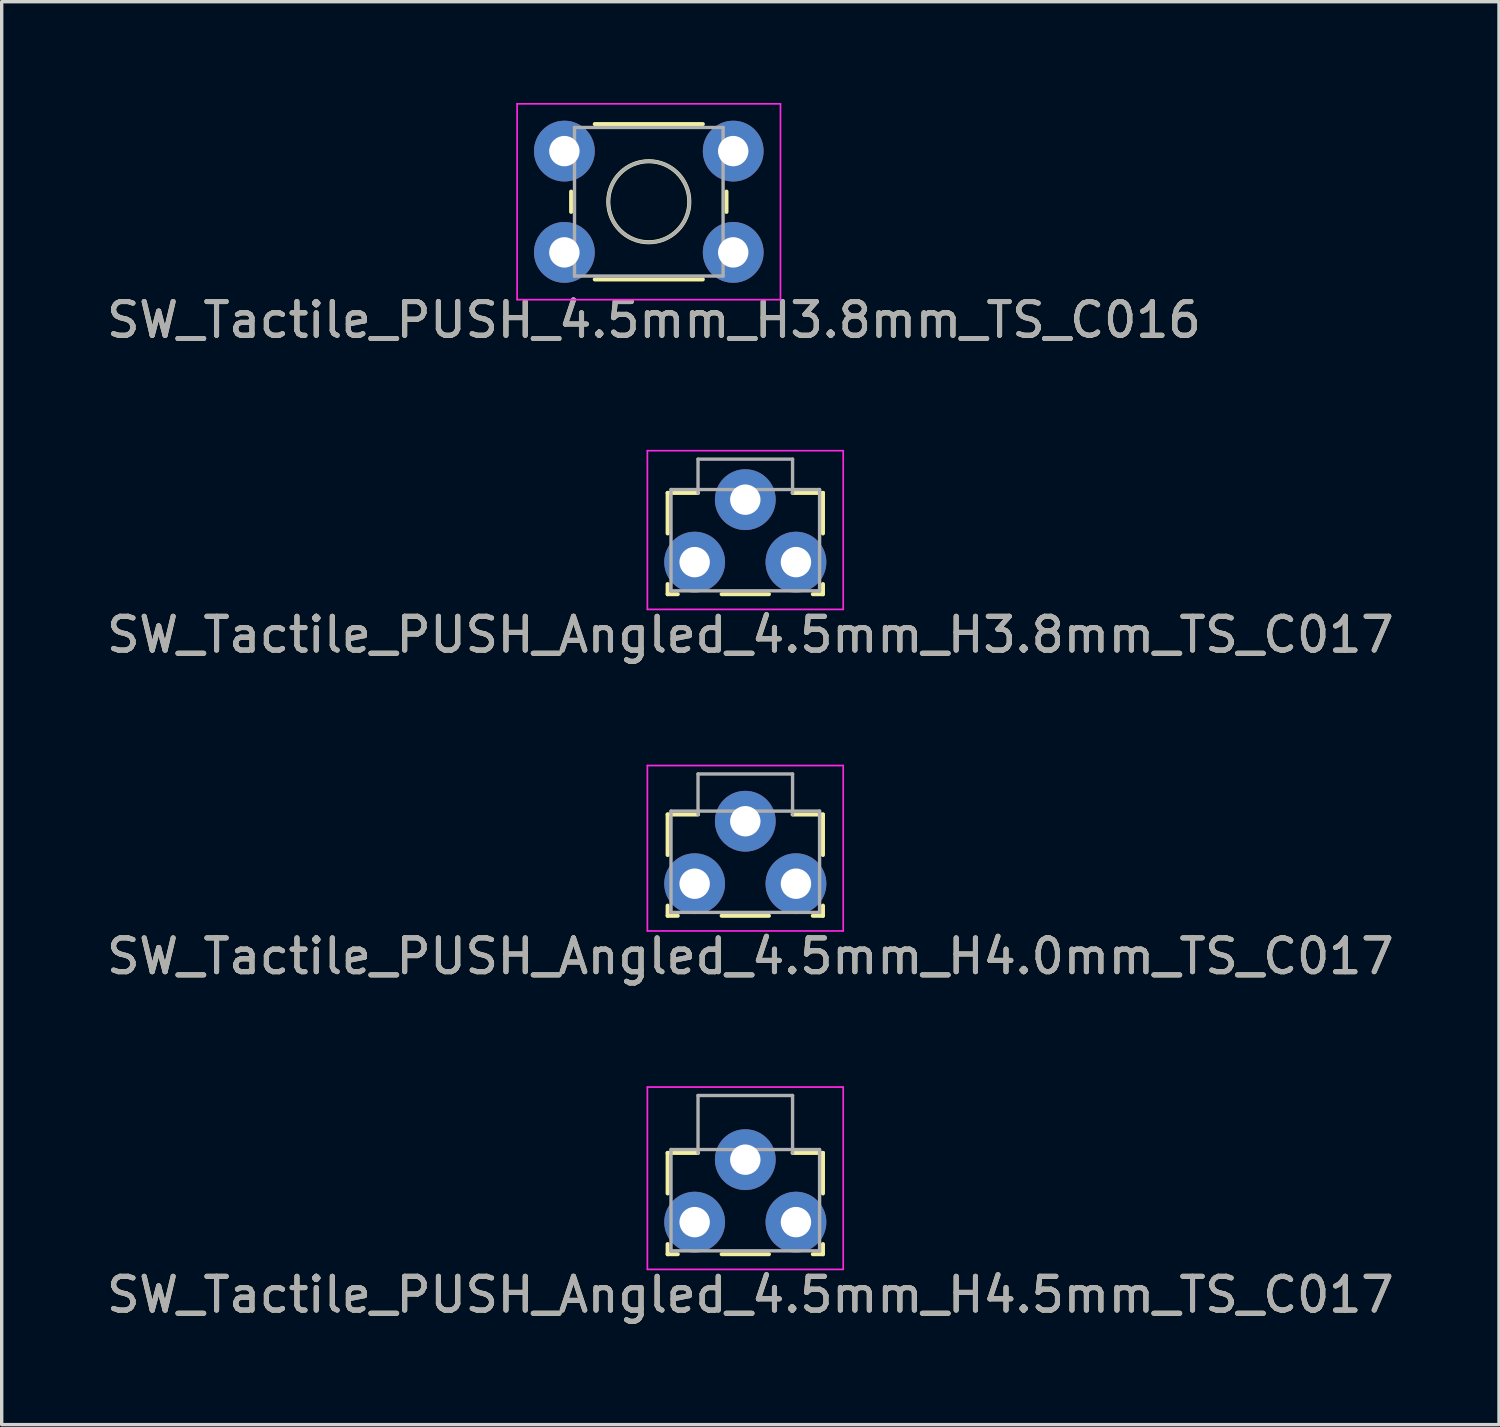
<source format=kicad_pcb>
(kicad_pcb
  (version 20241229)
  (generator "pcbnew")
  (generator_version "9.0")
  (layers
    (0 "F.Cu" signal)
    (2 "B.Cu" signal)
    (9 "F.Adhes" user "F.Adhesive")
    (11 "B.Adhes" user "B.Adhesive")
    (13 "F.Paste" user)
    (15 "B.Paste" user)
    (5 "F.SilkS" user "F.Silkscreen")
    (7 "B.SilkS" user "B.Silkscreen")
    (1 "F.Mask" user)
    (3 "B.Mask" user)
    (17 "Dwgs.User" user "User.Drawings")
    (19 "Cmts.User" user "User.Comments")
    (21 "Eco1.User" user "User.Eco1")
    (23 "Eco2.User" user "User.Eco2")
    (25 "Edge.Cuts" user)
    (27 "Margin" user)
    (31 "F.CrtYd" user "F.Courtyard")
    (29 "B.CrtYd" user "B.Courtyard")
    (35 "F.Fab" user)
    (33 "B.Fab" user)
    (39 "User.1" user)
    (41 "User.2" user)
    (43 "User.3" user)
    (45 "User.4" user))
  (footprint "SW_Tactile_PUSH_Angled_4.5mm_H4.5mm_TS_C017"
    (layer "F.Cu")
    (at 17.523 33.145)
    (property "Reference" "SW_Tactile_PUSH_Angled_4.5mm_H4.5mm_TS_C017" (at 1.65 2.15 0) (layer "F.SilkS") (effects (font (size 1 1) (thickness 0.15))))
    (attr through_hole)
    (fp_line (start -0.8 -2.05) (end -0.8 -0.85) (stroke (width 0.12) (type solid)) (layer "F.SilkS"))
    (fp_line (start -0.8 -2.05) (end 0.1 -2.05) (stroke (width 0.12) (type solid)) (layer "F.SilkS"))
    (fp_line (start -0.8 0.95) (end -0.8 0.65) (stroke (width 0.12) (type solid)) (layer "F.SilkS"))
    (fp_line (start -0.8 0.95) (end -0.5 0.95) (stroke (width 0.12) (type solid)) (layer "F.SilkS"))
    (fp_line (start 0.8 0.95) (end 2.2 0.95) (stroke (width 0.12) (type solid)) (layer "F.SilkS"))
    (fp_line (start 3.8 -2.05) (end 2.9 -2.05) (stroke (width 0.12) (type solid)) (layer "F.SilkS"))
    (fp_line (start 3.8 -2.05) (end 3.8 -0.85) (stroke (width 0.12) (type solid)) (layer "F.SilkS"))
    (fp_line (start 3.8 0.95) (end 3.5 0.95) (stroke (width 0.12) (type solid)) (layer "F.SilkS"))
    (fp_line (start 3.8 0.95) (end 3.8 0.65) (stroke (width 0.12) (type solid)) (layer "F.SilkS"))
    (fp_line (start -1.4 -4) (end 4.4 -4) (stroke (width 0.05) (type solid)) (layer "F.CrtYd"))
    (fp_line (start -1.4 1.4) (end -1.4 -4) (stroke (width 0.05) (type solid)) (layer "F.CrtYd"))
    (fp_line (start 4.4 -4) (end 4.4 1.4) (stroke (width 0.05) (type solid)) (layer "F.CrtYd"))
    (fp_line (start 4.4 1.4) (end -1.4 1.4) (stroke (width 0.05) (type solid)) (layer "F.CrtYd"))
    (fp_line (start -0.7 -2.15) (end 3.7 -2.15) (stroke (width 0.1) (type solid)) (layer "F.Fab"))
    (fp_line (start -0.7 0.85) (end -0.7 -2.15) (stroke (width 0.1) (type solid)) (layer "F.Fab"))
    (fp_line (start -0.7 0.85) (end 3.7 0.85) (stroke (width 0.1) (type solid)) (layer "F.Fab"))
    (fp_line (start 0.1 -3.75) (end 0.1 -2.05) (stroke (width 0.1) (type solid)) (layer "F.Fab"))
    (fp_line (start 0.1 -3.75) (end 2.9 -3.75) (stroke (width 0.1) (type solid)) (layer "F.Fab"))
    (fp_line (start 2.9 -3.75) (end 2.9 -2.05) (stroke (width 0.1) (type solid)) (layer "F.Fab"))
    (fp_line (start 3.7 0.85) (end 3.7 -2.15) (stroke (width 0.1) (type solid)) (layer "F.Fab"))
    (fp_text user "${REFERENCE}" (at 1.65 2.15 0) (layer "F.Fab") (effects (font (size 1 1) (thickness 0.15))))
    (pad "" thru_hole circle (at 1.5 -1.85) (size 1.8 1.8) (drill 0.9) (layers "*.Cu" "*.Mask"))
    (pad "1" thru_hole circle (at 0 0) (size 1.8 1.8) (drill 0.9) (layers "*.Cu" "*.Mask"))
    (pad "2" thru_hole circle (at 3 0) (size 1.8 1.8) (drill 0.9) (layers "*.Cu" "*.Mask")))
  (footprint "SW_Tactile_PUSH_4.5mm_H3.8mm_TS_C016"
    (layer "F.Cu")
    (at 13.665 1.425)
    (property "Reference" "SW_Tactile_PUSH_4.5mm_H3.8mm_TS_C016" (at 2.65 5 0) (layer "F.SilkS") (effects (font (size 1 1) (thickness 0.15))))
    (attr through_hole)
    (fp_line (start 0.2 1.2) (end 0.2 1.8) (stroke (width 0.12) (type solid)) (layer "F.SilkS"))
    (fp_line (start 0.9 -0.8) (end 4.1 -0.8) (stroke (width 0.12) (type solid)) (layer "F.SilkS"))
    (fp_line (start 0.9 3.8) (end 4.1 3.8) (stroke (width 0.12) (type solid)) (layer "F.SilkS"))
    (fp_line (start 4.8 1.2) (end 4.8 1.8) (stroke (width 0.12) (type solid)) (layer "F.SilkS"))
    (fp_circle (center 2.5 1.5) (end 3.7 1.5) (stroke (width 0.12) (type solid)) (fill no) (layer "F.SilkS"))
    (fp_line (start -1.4 -1.4) (end 6.4 -1.4) (stroke (width 0.05) (type solid)) (layer "F.CrtYd"))
    (fp_line (start -1.4 4.4) (end -1.4 -1.4) (stroke (width 0.05) (type solid)) (layer "F.CrtYd"))
    (fp_line (start 6.4 -1.4) (end 6.4 4.4) (stroke (width 0.05) (type solid)) (layer "F.CrtYd"))
    (fp_line (start 6.4 4.4) (end -1.4 4.4) (stroke (width 0.05) (type solid)) (layer "F.CrtYd"))
    (fp_line (start 0.3 -0.7) (end 4.7 -0.7) (stroke (width 0.1) (type solid)) (layer "F.Fab"))
    (fp_line (start 0.3 3.7) (end 0.3 -0.7) (stroke (width 0.1) (type solid)) (layer "F.Fab"))
    (fp_line (start 0.3 3.7) (end 4.7 3.7) (stroke (width 0.1) (type solid)) (layer "F.Fab"))
    (fp_line (start 4.7 3.7) (end 4.7 -0.7) (stroke (width 0.1) (type solid)) (layer "F.Fab"))
    (fp_circle (center 2.5 1.5) (end 3.7 1.5) (stroke (width 0.1) (type solid)) (fill no) (layer "F.Fab"))
    (fp_text user "${REFERENCE}" (at 2.65 5 0) (layer "F.Fab") (effects (font (size 1 1) (thickness 0.15))))
    (pad "1" thru_hole circle (at 0 0) (size 1.8 1.8) (drill 0.9) (layers "*.Cu" "*.Mask"))
    (pad "1" thru_hole circle (at 5 0) (size 1.8 1.8) (drill 0.9) (layers "*.Cu" "*.Mask"))
    (pad "2" thru_hole circle (at 0 3) (size 1.8 1.8) (drill 0.9) (layers "*.Cu" "*.Mask"))
    (pad "2" thru_hole circle (at 5 3) (size 1.8 1.8) (drill 0.9) (layers "*.Cu" "*.Mask")))
  (footprint "SW_Tactile_PUSH_Angled_4.5mm_H3.8mm_TS_C017"
    (layer "F.Cu")
    (at 17.523 13.598)
    (property "Reference" "SW_Tactile_PUSH_Angled_4.5mm_H3.8mm_TS_C017" (at 1.65 2.15 0) (layer "F.SilkS") (effects (font (size 1 1) (thickness 0.15))))
    (attr through_hole)
    (fp_line (start -0.8 -2.05) (end -0.8 -0.85) (stroke (width 0.12) (type solid)) (layer "F.SilkS"))
    (fp_line (start -0.8 -2.05) (end 0.1 -2.05) (stroke (width 0.12) (type solid)) (layer "F.SilkS"))
    (fp_line (start -0.8 0.95) (end -0.8 0.65) (stroke (width 0.12) (type solid)) (layer "F.SilkS"))
    (fp_line (start -0.8 0.95) (end -0.5 0.95) (stroke (width 0.12) (type solid)) (layer "F.SilkS"))
    (fp_line (start 0.8 0.95) (end 2.2 0.95) (stroke (width 0.12) (type solid)) (layer "F.SilkS"))
    (fp_line (start 3.8 -2.05) (end 2.9 -2.05) (stroke (width 0.12) (type solid)) (layer "F.SilkS"))
    (fp_line (start 3.8 -2.05) (end 3.8 -0.85) (stroke (width 0.12) (type solid)) (layer "F.SilkS"))
    (fp_line (start 3.8 0.95) (end 3.5 0.95) (stroke (width 0.12) (type solid)) (layer "F.SilkS"))
    (fp_line (start 3.8 0.95) (end 3.8 0.65) (stroke (width 0.12) (type solid)) (layer "F.SilkS"))
    (fp_line (start -1.4 -3.3) (end 4.4 -3.3) (stroke (width 0.05) (type solid)) (layer "F.CrtYd"))
    (fp_line (start -1.4 1.4) (end -1.4 -3.3) (stroke (width 0.05) (type solid)) (layer "F.CrtYd"))
    (fp_line (start 4.4 -3.3) (end 4.4 1.4) (stroke (width 0.05) (type solid)) (layer "F.CrtYd"))
    (fp_line (start 4.4 1.4) (end -1.4 1.4) (stroke (width 0.05) (type solid)) (layer "F.CrtYd"))
    (fp_line (start -0.7 -2.15) (end 3.7 -2.15) (stroke (width 0.1) (type solid)) (layer "F.Fab"))
    (fp_line (start -0.7 0.85) (end -0.7 -2.15) (stroke (width 0.1) (type solid)) (layer "F.Fab"))
    (fp_line (start -0.7 0.85) (end 3.7 0.85) (stroke (width 0.1) (type solid)) (layer "F.Fab"))
    (fp_line (start 0.1 -3.05) (end 0.1 -2.05) (stroke (width 0.1) (type solid)) (layer "F.Fab"))
    (fp_line (start 0.1 -3.05) (end 2.9 -3.05) (stroke (width 0.1) (type solid)) (layer "F.Fab"))
    (fp_line (start 2.9 -3.05) (end 2.9 -2.05) (stroke (width 0.1) (type solid)) (layer "F.Fab"))
    (fp_line (start 3.7 0.85) (end 3.7 -2.15) (stroke (width 0.1) (type solid)) (layer "F.Fab"))
    (fp_text user "${REFERENCE}" (at 1.65 2.15 0) (layer "F.Fab") (effects (font (size 1 1) (thickness 0.15))))
    (pad "" thru_hole circle (at 1.5 -1.85) (size 1.8 1.8) (drill 0.9) (layers "*.Cu" "*.Mask"))
    (pad "1" thru_hole circle (at 0 0) (size 1.8 1.8) (drill 0.9) (layers "*.Cu" "*.Mask"))
    (pad "2" thru_hole circle (at 3 0) (size 1.8 1.8) (drill 0.9) (layers "*.Cu" "*.Mask")))
  (footprint "SW_Tactile_PUSH_Angled_4.5mm_H4.0mm_TS_C017"
    (layer "F.Cu")
    (at 17.523 23.122)
    (property "Reference" "SW_Tactile_PUSH_Angled_4.5mm_H4.0mm_TS_C017" (at 1.65 2.15 0) (layer "F.SilkS") (effects (font (size 1 1) (thickness 0.15))))
    (attr through_hole)
    (fp_line (start -0.8 -2.05) (end -0.8 -0.85) (stroke (width 0.12) (type solid)) (layer "F.SilkS"))
    (fp_line (start -0.8 -2.05) (end 0.1 -2.05) (stroke (width 0.12) (type solid)) (layer "F.SilkS"))
    (fp_line (start -0.8 0.95) (end -0.8 0.65) (stroke (width 0.12) (type solid)) (layer "F.SilkS"))
    (fp_line (start -0.8 0.95) (end -0.5 0.95) (stroke (width 0.12) (type solid)) (layer "F.SilkS"))
    (fp_line (start 0.8 0.95) (end 2.2 0.95) (stroke (width 0.12) (type solid)) (layer "F.SilkS"))
    (fp_line (start 3.8 -2.05) (end 2.9 -2.05) (stroke (width 0.12) (type solid)) (layer "F.SilkS"))
    (fp_line (start 3.8 -2.05) (end 3.8 -0.85) (stroke (width 0.12) (type solid)) (layer "F.SilkS"))
    (fp_line (start 3.8 0.95) (end 3.5 0.95) (stroke (width 0.12) (type solid)) (layer "F.SilkS"))
    (fp_line (start 3.8 0.95) (end 3.8 0.65) (stroke (width 0.12) (type solid)) (layer "F.SilkS"))
    (fp_line (start -1.4 -3.5) (end 4.4 -3.5) (stroke (width 0.05) (type solid)) (layer "F.CrtYd"))
    (fp_line (start -1.4 1.4) (end -1.4 -3.5) (stroke (width 0.05) (type solid)) (layer "F.CrtYd"))
    (fp_line (start 4.4 -3.5) (end 4.4 1.4) (stroke (width 0.05) (type solid)) (layer "F.CrtYd"))
    (fp_line (start 4.4 1.4) (end -1.4 1.4) (stroke (width 0.05) (type solid)) (layer "F.CrtYd"))
    (fp_line (start -0.7 -2.15) (end 3.7 -2.15) (stroke (width 0.1) (type solid)) (layer "F.Fab"))
    (fp_line (start -0.7 0.85) (end -0.7 -2.15) (stroke (width 0.1) (type solid)) (layer "F.Fab"))
    (fp_line (start -0.7 0.85) (end 3.7 0.85) (stroke (width 0.1) (type solid)) (layer "F.Fab"))
    (fp_line (start 0.1 -3.25) (end 0.1 -2.05) (stroke (width 0.1) (type solid)) (layer "F.Fab"))
    (fp_line (start 0.1 -3.25) (end 2.9 -3.25) (stroke (width 0.1) (type solid)) (layer "F.Fab"))
    (fp_line (start 2.9 -3.25) (end 2.9 -2.05) (stroke (width 0.1) (type solid)) (layer "F.Fab"))
    (fp_line (start 3.7 0.85) (end 3.7 -2.15) (stroke (width 0.1) (type solid)) (layer "F.Fab"))
    (fp_text user "${REFERENCE}" (at 1.65 2.15 0) (layer "F.Fab") (effects (font (size 1 1) (thickness 0.15))))
    (pad "" thru_hole circle (at 1.5 -1.85) (size 1.8 1.8) (drill 0.9) (layers "*.Cu" "*.Mask"))
    (pad "1" thru_hole circle (at 0 0) (size 1.8 1.8) (drill 0.9) (layers "*.Cu" "*.Mask"))
    (pad "2" thru_hole circle (at 3 0) (size 1.8 1.8) (drill 0.9) (layers "*.Cu" "*.Mask")))
  (gr_rect
    (start -3 -3)
    (end 41.345 39.143)
    (stroke (width 0.1) (type default))
    (fill no)
    (layer "Edge.Cuts")))
</source>
